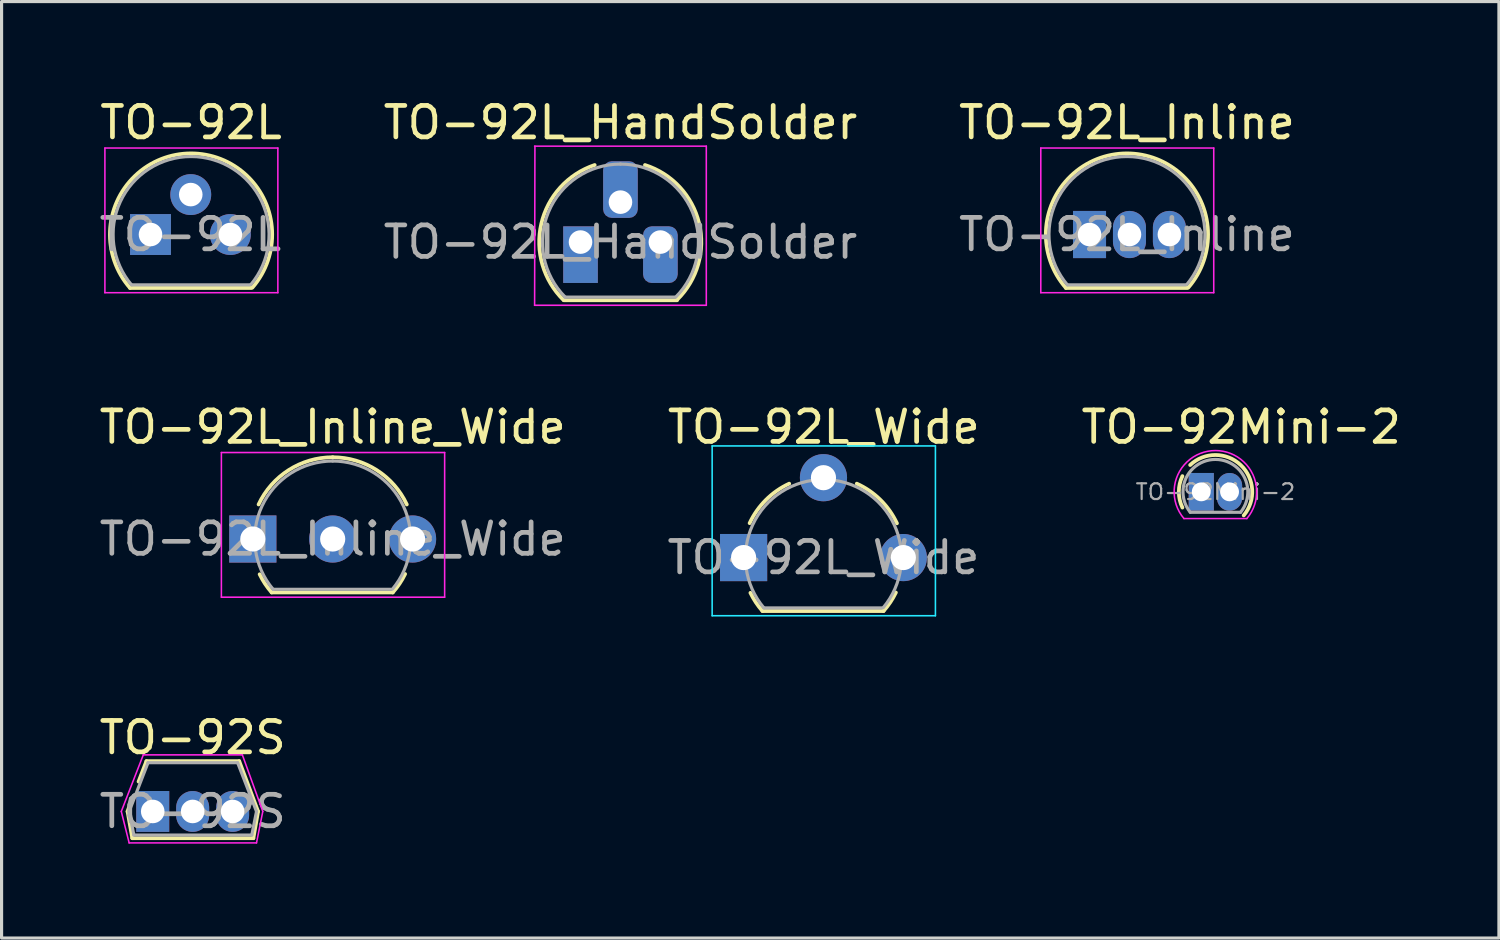
<source format=kicad_pcb>
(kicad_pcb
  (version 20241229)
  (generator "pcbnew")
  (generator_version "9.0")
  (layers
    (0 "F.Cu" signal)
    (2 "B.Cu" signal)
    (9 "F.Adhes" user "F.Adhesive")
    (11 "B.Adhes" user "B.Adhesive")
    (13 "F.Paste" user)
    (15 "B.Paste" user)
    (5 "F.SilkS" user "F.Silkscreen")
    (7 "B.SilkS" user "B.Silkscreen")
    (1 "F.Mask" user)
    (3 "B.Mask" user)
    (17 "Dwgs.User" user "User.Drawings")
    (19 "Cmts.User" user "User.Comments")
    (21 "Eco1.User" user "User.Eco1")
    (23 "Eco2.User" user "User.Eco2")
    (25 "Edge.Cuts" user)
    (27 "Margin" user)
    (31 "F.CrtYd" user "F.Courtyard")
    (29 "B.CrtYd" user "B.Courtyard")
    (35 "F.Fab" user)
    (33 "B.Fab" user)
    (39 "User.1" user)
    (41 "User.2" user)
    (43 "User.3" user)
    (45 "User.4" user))
  (footprint "TO-92L_Inline"
    (layer "F.Cu")
    (at 31.598 4.408)
    (property "Reference" "TO-92L_Inline" (at 1.19 -3.56 0) (layer "F.SilkS") (effects (font (size 1 1) (thickness 0.15))))
    (attr through_hole)
    (fp_line (start -0.75 1.7) (end 3.1 1.7) (stroke (width 0.12) (type solid)) (layer "F.SilkS"))
    (fp_arc (start -0.75 1.7) (mid 1.183448 -2.579449) (end 3.138611 1.690122) (stroke (width 0.12) (type solid)) (layer "F.SilkS"))
    (fp_line (start -1.55 -2.75) (end -1.55 1.85) (stroke (width 0.05) (type solid)) (layer "F.CrtYd"))
    (fp_line (start -1.55 -2.75) (end 3.95 -2.75) (stroke (width 0.05) (type solid)) (layer "F.CrtYd"))
    (fp_line (start 3.95 1.85) (end -1.55 1.85) (stroke (width 0.05) (type solid)) (layer "F.CrtYd"))
    (fp_line (start 3.95 1.85) (end 3.95 -2.75) (stroke (width 0.05) (type solid)) (layer "F.CrtYd"))
    (fp_line (start -0.7 1.6) (end 3.05 1.6) (stroke (width 0.1) (type solid)) (layer "F.Fab"))
    (fp_arc (start -0.702818 1.602385) (mid -1.059924 -1.043188) (end 1.19 -2.48) (stroke (width 0.1) (type solid)) (layer "F.Fab"))
    (fp_arc (start 1.19 -2.48) (mid 3.437211 -1.049019) (end 3.091103 1.592547) (stroke (width 0.1) (type solid)) (layer "F.Fab"))
    (fp_text user "${REFERENCE}" (at 1.19 0 0) (layer "F.Fab") (effects (font (size 1 1) (thickness 0.15))))
    (pad "1" thru_hole rect (at 0 0) (size 1.05 1.5) (drill 0.75) (layers "*.Cu" "*.Mask"))
    (pad "2" thru_hole oval (at 1.27 0) (size 1.05 1.5) (drill 0.75) (layers "*.Cu" "*.Mask"))
    (pad "3" thru_hole oval (at 2.54 0) (size 1.05 1.5) (drill 0.75) (layers "*.Cu" "*.Mask")))
  (footprint "TO-92L_Inline_Wide"
    (layer "F.Cu")
    (at 4.99 14.091)
    (property "Reference" "TO-92L_Inline_Wide" (at 2.54 -3.56 0) (layer "F.SilkS") (effects (font (size 1 1) (thickness 0.15))))
    (attr through_hole)
    (fp_line (start 0.6 1.7) (end 4.45 1.7) (stroke (width 0.12) (type solid)) (layer "F.SilkS"))
    (fp_arc (start 0.1836 -1.098807) (mid 1.143021 -2.192817) (end 2.54 -2.6) (stroke (width 0.12) (type solid)) (layer "F.SilkS"))
    (fp_arc (start 0.6 1.7) (mid 0.389183 1.423933) (end 0.217369 1.122045) (stroke (width 0.12) (type solid)) (layer "F.SilkS"))
    (fp_arc (start 2.54 -2.6) (mid 3.936979 -2.192818) (end 4.8964 -1.098807) (stroke (width 0.12) (type solid)) (layer "F.SilkS"))
    (fp_arc (start 4.842383 1.112264) (mid 4.666594 1.419753) (end 4.45 1.7) (stroke (width 0.12) (type solid)) (layer "F.SilkS"))
    (fp_line (start -1 -2.75) (end -1 1.85) (stroke (width 0.05) (type solid)) (layer "F.CrtYd"))
    (fp_line (start -1 -2.75) (end 6.1 -2.75) (stroke (width 0.05) (type solid)) (layer "F.CrtYd"))
    (fp_line (start 6.1 1.85) (end -1 1.85) (stroke (width 0.05) (type solid)) (layer "F.CrtYd"))
    (fp_line (start 6.1 1.85) (end 6.1 -2.75) (stroke (width 0.05) (type solid)) (layer "F.CrtYd"))
    (fp_line (start 0.65 1.6) (end 4.4 1.6) (stroke (width 0.1) (type solid)) (layer "F.Fab"))
    (fp_arc (start 0.647182 1.602385) (mid 0.290076 -1.043188) (end 2.54 -2.48) (stroke (width 0.1) (type solid)) (layer "F.Fab"))
    (fp_arc (start 2.54 -2.48) (mid 4.787211 -1.049019) (end 4.441103 1.592547) (stroke (width 0.1) (type solid)) (layer "F.Fab"))
    (fp_text user "${REFERENCE}" (at 2.54 0 0) (layer "F.Fab") (effects (font (size 1 1) (thickness 0.15))))
    (pad "1" thru_hole rect (at 0 0) (size 1.5 1.5) (drill 0.8) (layers "*.Cu" "*.Mask"))
    (pad "2" thru_hole circle (at 2.54 0) (size 1.5 1.5) (drill 0.8) (layers "*.Cu" "*.Mask"))
    (pad "3" thru_hole circle (at 5.08 0) (size 1.5 1.5) (drill 0.8) (layers "*.Cu" "*.Mask")))
  (footprint "TO-92L"
    (layer "F.Cu")
    (at 1.736 4.408)
    (property "Reference" "TO-92L" (at 1.29 -3.56 0) (layer "F.SilkS") (effects (font (size 1 1) (thickness 0.15))))
    (attr through_hole)
    (fp_line (start -0.65 1.7) (end 3.2 1.7) (stroke (width 0.12) (type solid)) (layer "F.SilkS"))
    (fp_arc (start -0.65 1.7) (mid 1.283448 -2.579449) (end 3.238611 1.690122) (stroke (width 0.12) (type solid)) (layer "F.SilkS"))
    (fp_line (start -1.45 -2.75) (end -1.45 1.85) (stroke (width 0.05) (type solid)) (layer "F.CrtYd"))
    (fp_line (start -1.45 -2.75) (end 4.05 -2.75) (stroke (width 0.05) (type solid)) (layer "F.CrtYd"))
    (fp_line (start 4.05 1.85) (end -1.45 1.85) (stroke (width 0.05) (type solid)) (layer "F.CrtYd"))
    (fp_line (start 4.05 1.85) (end 4.05 -2.75) (stroke (width 0.05) (type solid)) (layer "F.CrtYd"))
    (fp_line (start -0.6 1.6) (end 3.15 1.6) (stroke (width 0.1) (type solid)) (layer "F.Fab"))
    (fp_arc (start -0.602818 1.602385) (mid -0.959924 -1.043188) (end 1.29 -2.48) (stroke (width 0.1) (type solid)) (layer "F.Fab"))
    (fp_arc (start 1.29 -2.48) (mid 3.537211 -1.049019) (end 3.191103 1.592547) (stroke (width 0.1) (type solid)) (layer "F.Fab"))
    (fp_text user "${REFERENCE}" (at 1.27 0 0) (layer "F.Fab") (effects (font (size 1 1) (thickness 0.15))))
    (pad "1" thru_hole rect (at 0 0) (size 1.3 1.3) (drill 0.75) (layers "*.Cu" "*.Mask"))
    (pad "2" thru_hole circle (at 1.28 -1.27) (size 1.3 1.3) (drill 0.75) (layers "*.Cu" "*.Mask"))
    (pad "3" thru_hole circle (at 2.54 0) (size 1.3 1.3) (drill 0.75) (layers "*.Cu" "*.Mask")))
  (footprint "TO-92Mini-2"
    (layer "F.Cu")
    (at 35.151 12.591)
    (property "Reference" "TO-92Mini-2" (at 1.27 -2.06 0) (layer "F.SilkS") (effects (font (size 1 1) (thickness 0.15))))
    (attr through_hole)
    (fp_arc (start -0.599971 0.500061) (mid -0.71297 0.000034) (end -0.6 -0.5) (stroke (width 0.12) (type solid)) (layer "F.SilkS"))
    (fp_arc (start -0.352932 -0.853112) (mid 1.253024 -0.853025) (end 1.35 0.75) (stroke (width 0.12) (type solid)) (layer "F.SilkS"))
    (fp_line (start -0.55 0.85) (end 1.45 0.85) (stroke (width 0.05) (type solid)) (layer "F.CrtYd"))
    (fp_arc (start -0.550431 0.849492) (mid 0.450333 -1.31244) (end 1.45 0.85) (stroke (width 0.05) (type solid)) (layer "F.CrtYd"))
    (fp_line (start -0.35 0.65) (end 1.25 0.65) (stroke (width 0.1) (type solid)) (layer "F.Fab"))
    (fp_arc (start -0.349861 0.650171) (mid 0.44989 -1.030776) (end 1.25 0.65) (stroke (width 0.1) (type solid)) (layer "F.Fab"))
    (fp_text user "${REFERENCE}" (at 0.45 0 0) (layer "F.Fab") (effects (font (size 0.5 0.5) (thickness 0.07))))
    (pad "1" thru_hole rect (at 0 0) (size 0.8 1.2) (drill 0.6) (layers "*.Cu" "*.Mask"))
    (pad "2" thru_hole oval (at 0.9 0) (size 0.8 1.2) (drill 0.6) (layers "*.Cu" "*.Mask")))
  (footprint "TO-92S"
    (layer "F.Cu")
    (at 1.807 22.755)
    (property "Reference" "TO-92S" (at 1.27 -2.35 0) (layer "F.SilkS") (effects (font (size 1 1) (thickness 0.15))))
    (attr through_hole)
    (fp_line (start -0.8 0) (end -0.65 0.85) (stroke (width 0.12) (type solid)) (layer "F.SilkS"))
    (fp_line (start -0.7 -0.3) (end -0.8 0) (stroke (width 0.12) (type solid)) (layer "F.SilkS"))
    (fp_line (start -0.65 0.85) (end 3.2 0.85) (stroke (width 0.12) (type solid)) (layer "F.SilkS"))
    (fp_line (start -0.2 -1.6) (end -0.45 -0.95) (stroke (width 0.12) (type solid)) (layer "F.SilkS"))
    (fp_line (start 2.75 -1.6) (end -0.2 -1.6) (stroke (width 0.12) (type solid)) (layer "F.SilkS"))
    (fp_line (start 3.2 0.85) (end 3.35 0) (stroke (width 0.12) (type solid)) (layer "F.SilkS"))
    (fp_line (start 3.35 0) (end 2.75 -1.6) (stroke (width 0.12) (type solid)) (layer "F.SilkS"))
    (fp_line (start -1 0) (end -0.75 1) (stroke (width 0.05) (type solid)) (layer "F.CrtYd"))
    (fp_line (start -0.75 1) (end 3.3 1) (stroke (width 0.05) (type solid)) (layer "F.CrtYd"))
    (fp_line (start -0.3 -1.8) (end -1 0) (stroke (width 0.05) (type solid)) (layer "F.CrtYd"))
    (fp_line (start 2.85 -1.8) (end -0.3 -1.8) (stroke (width 0.05) (type solid)) (layer "F.CrtYd"))
    (fp_line (start 3.3 1) (end 3.5 0) (stroke (width 0.05) (type solid)) (layer "F.CrtYd"))
    (fp_line (start 3.5 0) (end 2.85 -1.8) (stroke (width 0.05) (type solid)) (layer "F.CrtYd"))
    (fp_line (start -0.75 0) (end -0.15 -1.55) (stroke (width 0.1) (type solid)) (layer "F.Fab"))
    (fp_line (start -0.6 0.75) (end -0.75 0) (stroke (width 0.1) (type solid)) (layer "F.Fab"))
    (fp_line (start -0.6 0.75) (end 3.15 0.75) (stroke (width 0.1) (type solid)) (layer "F.Fab"))
    (fp_line (start -0.15 -1.55) (end 2.7 -1.55) (stroke (width 0.1) (type solid)) (layer "F.Fab"))
    (fp_line (start 3.15 0.75) (end 3.3 0) (stroke (width 0.1) (type solid)) (layer "F.Fab"))
    (fp_line (start 3.3 0) (end 2.7 -1.55) (stroke (width 0.1) (type solid)) (layer "F.Fab"))
    (fp_text user "${REFERENCE}" (at 1.27 0 0) (layer "F.Fab") (effects (font (size 1 1) (thickness 0.15))))
    (pad "1" thru_hole rect (at 0 0) (size 1.05 1.3) (drill 0.75) (layers "*.Cu" "*.Mask"))
    (pad "2" thru_hole oval (at 1.27 0) (size 1.05 1.3) (drill 0.75) (layers "*.Cu" "*.Mask"))
    (pad "3" thru_hole oval (at 2.54 0) (size 1.05 1.3) (drill 0.75) (layers "*.Cu" "*.Mask")))
  (footprint "TO-92L_HandSolder"
    (layer "F.Cu")
    (at 15.411 4.648)
    (property "Reference" "TO-92L_HandSolder" (at 1.27 -3.8 0) (layer "F.SilkS") (effects (font (size 1 1) (thickness 0.15))))
    (attr through_hole)
    (fp_line (start -0.53 1.85) (end 3.07 1.85) (stroke (width 0.12) (type solid)) (layer "F.SilkS"))
    (fp_arc (start -0.541453 1.842156) (mid -1.247298 -0.581475) (end 0.45 -2.45) (stroke (width 0.12) (type solid)) (layer "F.SilkS"))
    (fp_arc (start 2.05 -2.45) (mid 3.769931 -0.601036) (end 3.078445 1.827684) (stroke (width 0.12) (type solid)) (layer "F.SilkS"))
    (fp_line (start -1.46 -3.05) (end 4 -3.05) (stroke (width 0.05) (type solid)) (layer "F.CrtYd"))
    (fp_line (start -1.45 -3.05) (end -1.46 2.01) (stroke (width 0.05) (type solid)) (layer "F.CrtYd"))
    (fp_line (start 4 2.01) (end -1.46 2.01) (stroke (width 0.05) (type solid)) (layer "F.CrtYd"))
    (fp_line (start 4 2.01) (end 4 -3.05) (stroke (width 0.05) (type solid)) (layer "F.CrtYd"))
    (fp_line (start -0.5 1.75) (end 3 1.75) (stroke (width 0.1) (type solid)) (layer "F.Fab"))
    (fp_arc (start -0.483625 1.753625) (mid -1.021221 -0.949055) (end 1.27 -2.48) (stroke (width 0.1) (type solid)) (layer "F.Fab"))
    (fp_arc (start 1.27 -2.48) (mid 3.561221 -0.949055) (end 3.023625 1.753625) (stroke (width 0.1) (type solid)) (layer "F.Fab"))
    (fp_text user "${REFERENCE}" (at 1.27 0 0) (layer "F.Fab") (effects (font (size 1 1) (thickness 0.15))))
    (pad "1" thru_hole rect (at 0 0) (size 1.1 1.8) (drill 0.75 (offset 0 0.4)) (layers "*.Cu" "*.Mask"))
    (pad "2" thru_hole roundrect (at 1.27 -1.27) (size 1.1 1.8) (drill 0.75 (offset 0 -0.4)) (layers "*.Cu" "*.Mask") (roundrect_rratio 0.25))
    (pad "3" thru_hole roundrect (at 2.54 0) (size 1.1 1.8) (drill 0.75 (offset 0 0.4)) (layers "*.Cu" "*.Mask") (roundrect_rratio 0.25)))
  (footprint "TO-92L_Wide"
    (layer "F.Cu")
    (at 20.597 14.681)
    (property "Reference" "TO-92L_Wide" (at 2.55 -4.15 0) (layer "F.SilkS") (effects (font (size 1 1) (thickness 0.15))))
    (attr through_hole)
    (fp_line (start 0.6 1.7) (end 4.45 1.7) (stroke (width 0.12) (type solid)) (layer "F.SilkS"))
    (fp_arc (start 0.192226 -1.094786) (mid 0.710119 -1.833613) (end 1.45 -2.35) (stroke (width 0.12) (type solid)) (layer "F.SilkS"))
    (fp_arc (start 0.6 1.7) (mid 0.389183 1.423933) (end 0.217369 1.122045) (stroke (width 0.12) (type solid)) (layer "F.SilkS"))
    (fp_arc (start 3.6 -2.35) (mid 4.351408 -1.834367) (end 4.876463 -1.089513) (stroke (width 0.12) (type solid)) (layer "F.SilkS"))
    (fp_arc (start 4.842383 1.112264) (mid 4.666594 1.419753) (end 4.45 1.7) (stroke (width 0.12) (type solid)) (layer "F.SilkS"))
    (fp_line (start -1 -3.55) (end -1 1.85) (stroke (width 0.05) (type solid)) (layer "B.CrtYd"))
    (fp_line (start -1 1.85) (end 6.1 1.85) (stroke (width 0.05) (type solid)) (layer "B.CrtYd"))
    (fp_line (start 6.1 -3.55) (end -1 -3.55) (stroke (width 0.05) (type solid)) (layer "B.CrtYd"))
    (fp_line (start 6.1 1.85) (end 6.1 -3.55) (stroke (width 0.05) (type solid)) (layer "B.CrtYd"))
    (fp_line (start 0.65 1.6) (end 4.4 1.6) (stroke (width 0.1) (type solid)) (layer "F.Fab"))
    (fp_arc (start 0.647182 1.602385) (mid 0.290076 -1.043188) (end 2.54 -2.48) (stroke (width 0.1) (type solid)) (layer "F.Fab"))
    (fp_arc (start 2.54 -2.48) (mid 4.787211 -1.049019) (end 4.441103 1.592547) (stroke (width 0.1) (type solid)) (layer "F.Fab"))
    (fp_text user "${REFERENCE}" (at 2.54 0 0) (layer "F.Fab") (effects (font (size 1 1) (thickness 0.15))))
    (pad "1" thru_hole rect (at 0 0) (size 1.5 1.5) (drill 0.8) (layers "*.Cu" "*.Mask"))
    (pad "2" thru_hole circle (at 2.54 -2.54) (size 1.5 1.5) (drill 0.8) (layers "*.Cu" "*.Mask"))
    (pad "3" thru_hole circle (at 5.08 0) (size 1.5 1.5) (drill 0.8) (layers "*.Cu" "*.Mask")))
  (gr_rect
    (start -3 -3)
    (end 44.617 26.78)
    (stroke (width 0.1) (type default))
    (fill no)
    (layer "Edge.Cuts")))
</source>
